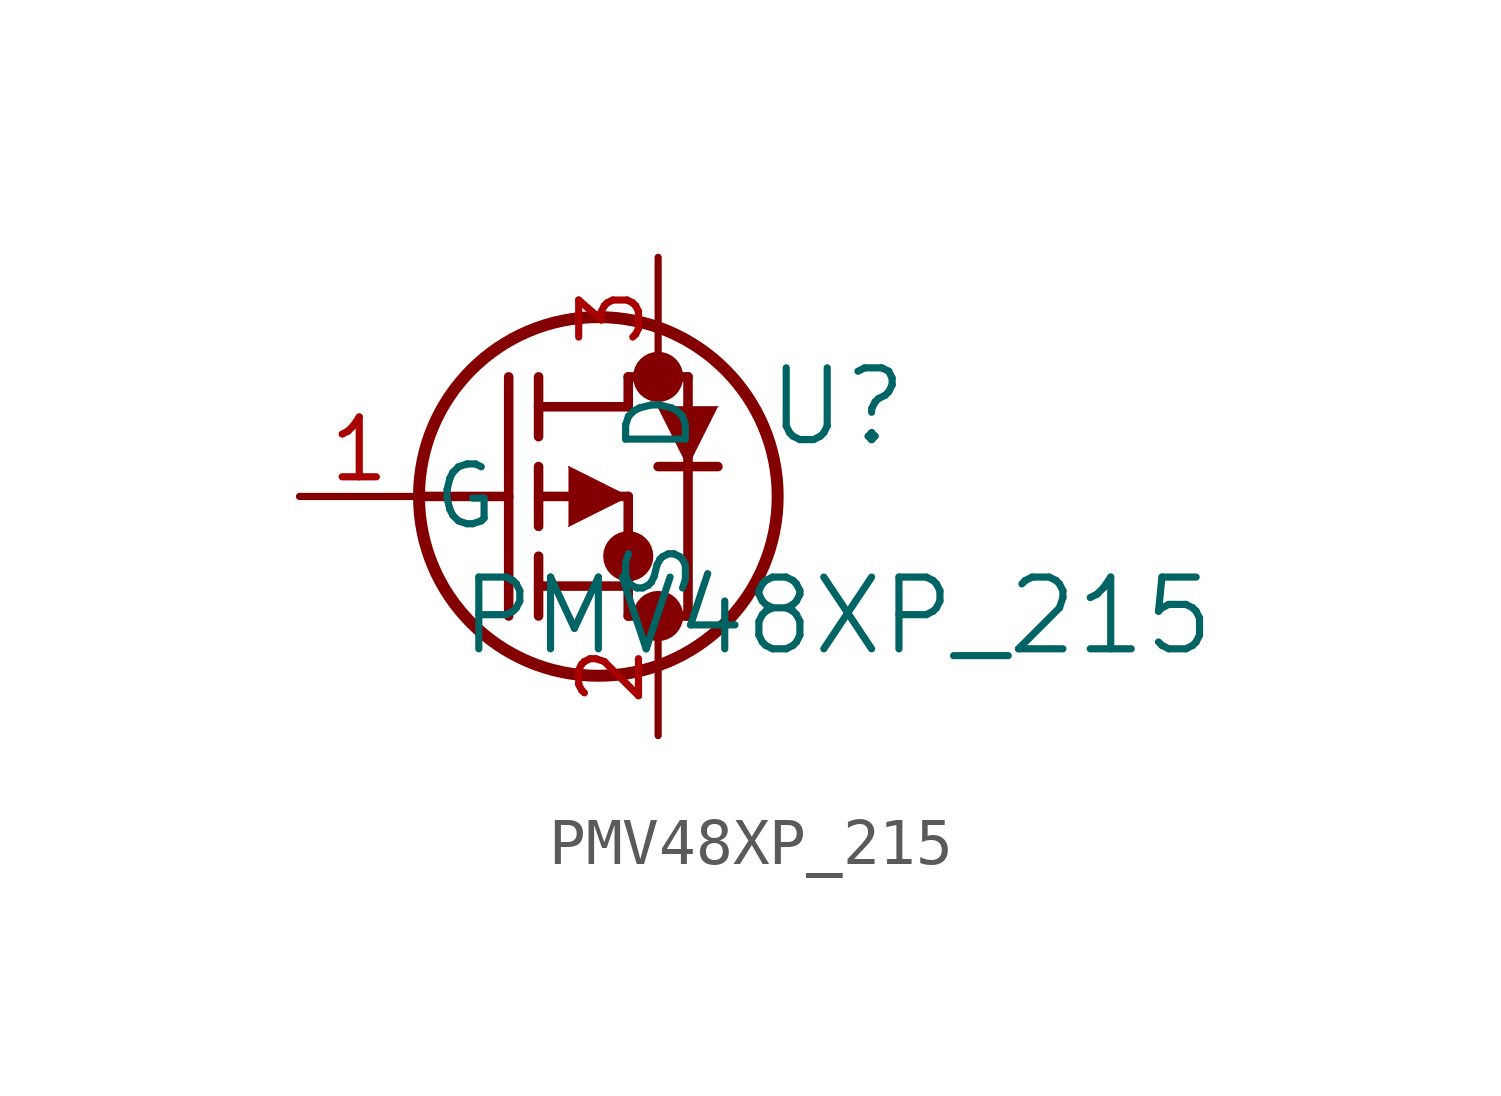
<source format=kicad_sym>
(kicad_symbol_lib
  (version 20211014)
  (generator kicad_symbol_editor)
  (symbol "PMV48XP_215"
    (pin_names
      (offset 0.254))
    (property "Reference" "U"
      (at 11.43 1.905 0)
      (effects (font (size 1.524 1.524))))
    (property "Value" "PMV48XP_215"
      (at 11.43 -2.54 0)
      (effects (font (size 1.524 1.524))))
    (symbol "PMV48XP_215_0_1"
      (circle (center 7.62 2.54) (radius 0.025) (stroke (width 0.508) (type default) (color 0 0 0 0)) (fill (type none)))
      (circle (center 7.62 -2.54) (radius 0.025) (stroke (width 0.508) (type default) (color 0 0 0 0)) (fill (type none)))
      (circle (center 6.985 -1.27) (radius 0.025) (stroke (width 0.508) (type default) (color 0 0 0 0)) (fill (type none)))
      (circle (center 6.35 0) (radius 3.81) (stroke (width 0.254) (type default) (color 0 0 0 0)) (fill (type none)))
      (polyline (pts (xy 2.54 0) (xy 4.445 0)) (stroke (width 0.203) (type default) (color 0 0 0 0)) (fill (type none)))
      (polyline (pts (xy 4.445 -2.54) (xy 4.445 2.54)) (stroke (width 0.203) (type default) (color 0 0 0 0)) (fill (type none)))
      (polyline (pts (xy 5.08 -0.635) (xy 5.08 0.635)) (stroke (width 0.203) (type default) (color 0 0 0 0)) (fill (type none)))
      (polyline (pts (xy 5.08 -2.54) (xy 5.08 -1.27)) (stroke (width 0.203) (type default) (color 0 0 0 0)) (fill (type none)))
      (polyline (pts (xy 5.08 1.27) (xy 5.08 2.54)) (stroke (width 0.203) (type default) (color 0 0 0 0)) (fill (type none)))
      (polyline (pts (xy 5.08 0) (xy 6.985 0)) (stroke (width 0.203) (type default) (color 0 0 0 0)) (fill (type none)))
      (polyline (pts (xy 5.08 -1.905) (xy 6.985 -1.905)) (stroke (width 0.203) (type default) (color 0 0 0 0)) (fill (type none)))
      (polyline (pts (xy 6.985 -2.54) (xy 6.985 0)) (stroke (width 0.203) (type default) (color 0 0 0 0)) (fill (type none)))
      (polyline (pts (xy 6.985 -2.54) (xy 8.255 -2.54)) (stroke (width 0.203) (type default) (color 0 0 0 0)) (fill (type none)))
      (polyline (pts (xy 5.08 1.905) (xy 6.985 1.905)) (stroke (width 0.203) (type default) (color 0 0 0 0)) (fill (type none)))
      (polyline (pts (xy 8.255 0.635) (xy 8.255 2.54)) (stroke (width 0.203) (type default) (color 0 0 0 0)) (fill (type none)))
      (polyline (pts (xy 5.715 0.635) (xy 6.985 0) (xy 5.715 -0.635)) (stroke (width 0.025) (type default) (color 0 0 0 0)) (fill (type outline)))
      (polyline (pts (xy 8.89 1.905) (xy 7.62 1.905) (xy 8.255 0.635)) (stroke (width 0.025) (type default) (color 0 0 0 0)) (fill (type outline)))
      (polyline (pts (xy 8.255 -2.54) (xy 8.255 0.635)) (stroke (width 0.203) (type default) (color 0 0 0 0)) (fill (type none)))
      (polyline (pts (xy 8.89 0.635) (xy 7.62 0.635)) (stroke (width 0.203) (type default) (color 0 0 0 0)) (fill (type none)))
      (polyline (pts (xy 6.985 2.54) (xy 8.255 2.54)) (stroke (width 0.203) (type default) (color 0 0 0 0)) (fill (type none)))
      (polyline (pts (xy 6.985 1.905) (xy 6.985 2.54)) (stroke (width 0.203) (type default) (color 0 0 0 0)) (fill (type none)))
      (pin unspecified line (at 0 0 0) (length 2.54) (name "G" (effects (font (size 1.27 1.27)))) (number "1" (effects (font (size 1.27 1.27)))))
      (pin unspecified line (at 7.62 -5.08 90) (length 2.54) (name "S" (effects (font (size 1.27 1.27)))) (number "2" (effects (font (size 1.27 1.27)))))
      (pin unspecified line (at 7.62 5.08 270) (length 2.54) (name "D" (effects (font (size 1.27 1.27)))) (number "3" (effects (font (size 1.27 1.27))))))))
</source>
